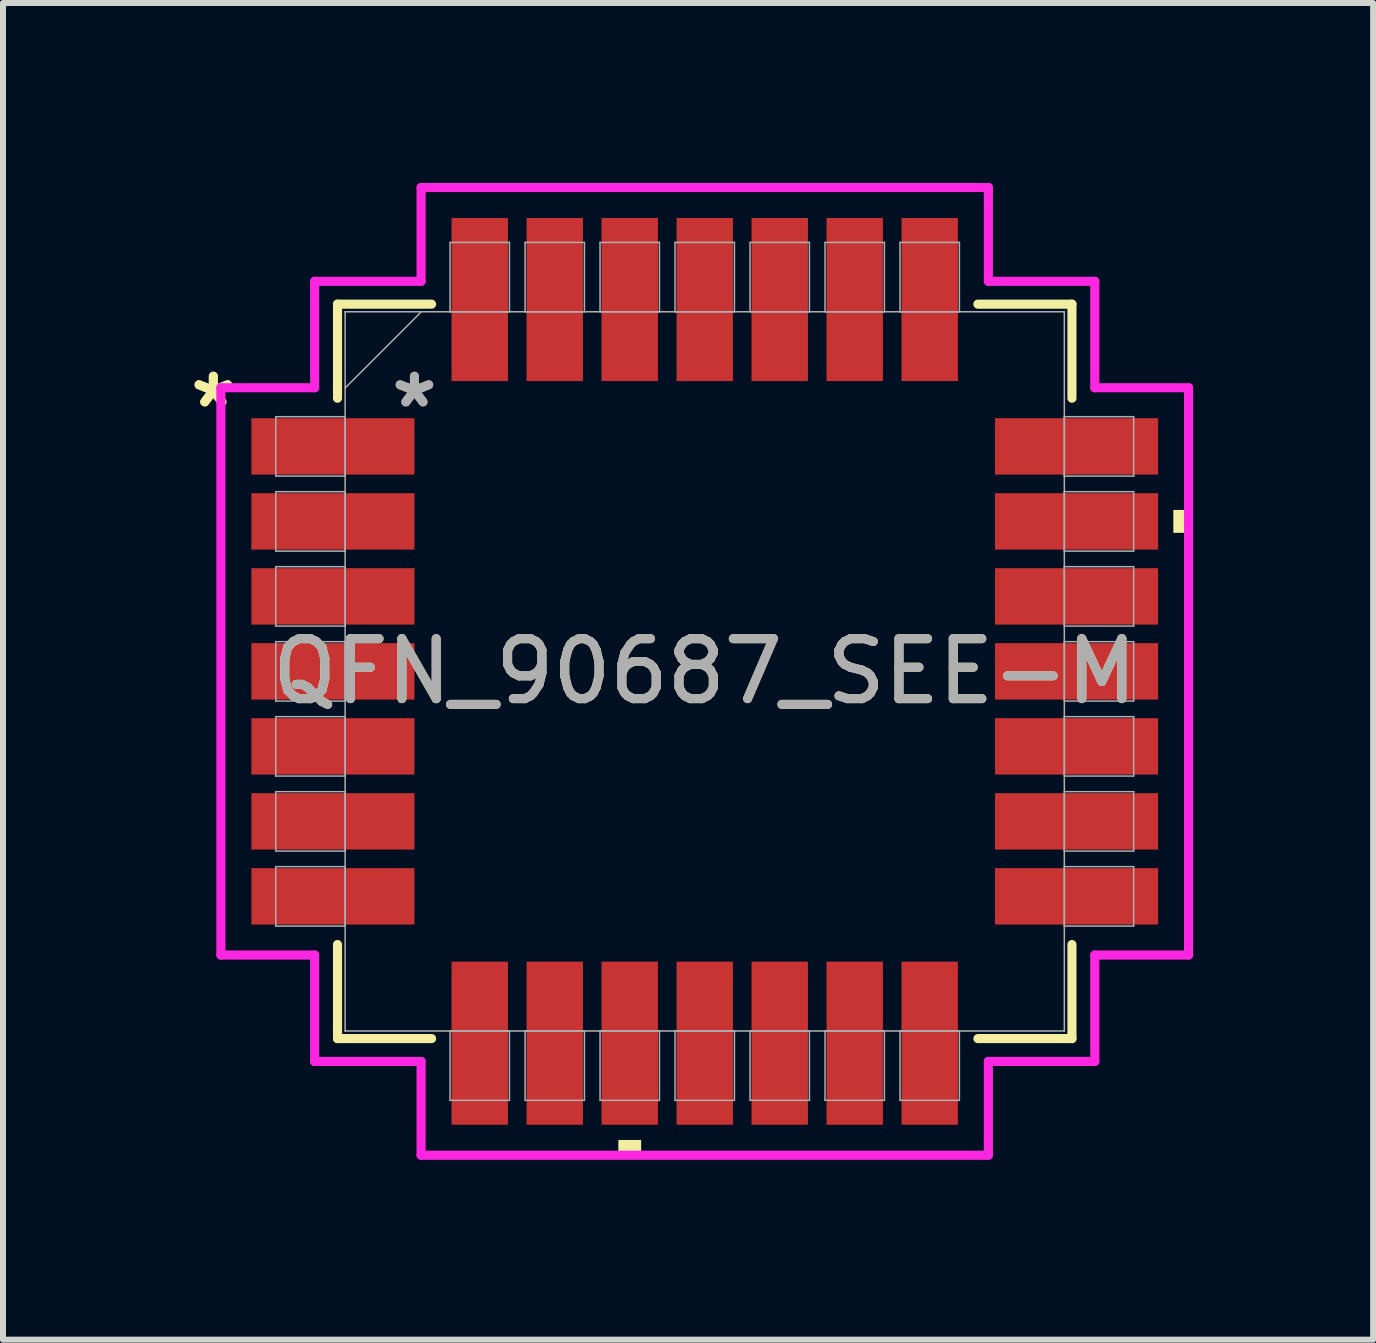
<source format=kicad_pcb>
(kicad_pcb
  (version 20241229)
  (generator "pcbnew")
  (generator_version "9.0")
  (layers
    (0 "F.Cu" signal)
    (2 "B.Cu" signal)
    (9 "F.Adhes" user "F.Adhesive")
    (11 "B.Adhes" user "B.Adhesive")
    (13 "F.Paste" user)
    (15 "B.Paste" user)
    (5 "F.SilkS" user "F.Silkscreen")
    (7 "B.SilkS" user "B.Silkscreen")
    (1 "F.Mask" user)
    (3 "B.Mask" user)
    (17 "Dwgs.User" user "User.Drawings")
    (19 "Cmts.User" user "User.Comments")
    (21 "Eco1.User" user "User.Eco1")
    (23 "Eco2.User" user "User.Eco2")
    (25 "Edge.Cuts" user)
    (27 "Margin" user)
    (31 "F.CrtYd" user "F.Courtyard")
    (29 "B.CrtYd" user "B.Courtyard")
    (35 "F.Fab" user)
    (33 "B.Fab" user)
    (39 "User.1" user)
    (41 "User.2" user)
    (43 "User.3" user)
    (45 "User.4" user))
  (footprint "QFN_90687_SEE-M"
    (layer "F.Cu")
    (at 8.697 8.141)
    (property "Reference" "QFN_90687_SEE-M" (at 0 0 0) (unlocked yes) (layer "F.SilkS") (effects (font (size 1 1) (thickness 0.15))))
    (attr smd)
    (fp_line (start -6.121 -6.121) (end -6.121 -4.553) (stroke (width 0.152) (type solid)) (layer "F.SilkS"))
    (fp_line (start -6.121 4.553) (end -6.121 6.121) (stroke (width 0.152) (type solid)) (layer "F.SilkS"))
    (fp_line (start -6.121 6.121) (end -4.553 6.121) (stroke (width 0.152) (type solid)) (layer "F.SilkS"))
    (fp_line (start -4.553 -6.121) (end -6.121 -6.121) (stroke (width 0.152) (type solid)) (layer "F.SilkS"))
    (fp_line (start 4.553 6.121) (end 6.121 6.121) (stroke (width 0.152) (type solid)) (layer "F.SilkS"))
    (fp_line (start 6.121 -6.121) (end 4.553 -6.121) (stroke (width 0.152) (type solid)) (layer "F.SilkS"))
    (fp_line (start 6.121 -4.553) (end 6.121 -6.121) (stroke (width 0.152) (type solid)) (layer "F.SilkS"))
    (fp_line (start 6.121 6.121) (end 6.121 4.553) (stroke (width 0.152) (type solid)) (layer "F.SilkS"))
    (fp_poly (pts (xy -1.44 7.811) (xy -1.44 8.065) (xy -1.06 8.065) (xy -1.06 7.811)) (stroke (width 0) (type solid)) (fill yes) (layer "F.SilkS"))
    (fp_poly (pts (xy 8.065 -2.691) (xy 8.065 -2.309) (xy 7.811 -2.309) (xy 7.811 -2.691)) (stroke (width 0) (type solid)) (fill yes) (layer "F.SilkS"))
    (fp_line (start -8.065 -4.728) (end -6.502 -4.728) (stroke (width 0.152) (type solid)) (layer "F.CrtYd"))
    (fp_line (start -8.065 4.728) (end -8.065 -4.728) (stroke (width 0.152) (type solid)) (layer "F.CrtYd"))
    (fp_line (start -6.502 -6.502) (end -4.728 -6.502) (stroke (width 0.152) (type solid)) (layer "F.CrtYd"))
    (fp_line (start -6.502 -4.728) (end -6.502 -6.502) (stroke (width 0.152) (type solid)) (layer "F.CrtYd"))
    (fp_line (start -6.502 4.728) (end -8.065 4.728) (stroke (width 0.152) (type solid)) (layer "F.CrtYd"))
    (fp_line (start -6.502 6.502) (end -6.502 4.728) (stroke (width 0.152) (type solid)) (layer "F.CrtYd"))
    (fp_line (start -4.728 -8.065) (end 4.728 -8.065) (stroke (width 0.152) (type solid)) (layer "F.CrtYd"))
    (fp_line (start -4.728 -6.502) (end -4.728 -8.065) (stroke (width 0.152) (type solid)) (layer "F.CrtYd"))
    (fp_line (start -4.728 6.502) (end -6.502 6.502) (stroke (width 0.152) (type solid)) (layer "F.CrtYd"))
    (fp_line (start -4.728 8.065) (end -4.728 6.502) (stroke (width 0.152) (type solid)) (layer "F.CrtYd"))
    (fp_line (start 4.728 -8.065) (end 4.728 -6.502) (stroke (width 0.152) (type solid)) (layer "F.CrtYd"))
    (fp_line (start 4.728 -6.502) (end 6.502 -6.502) (stroke (width 0.152) (type solid)) (layer "F.CrtYd"))
    (fp_line (start 4.728 6.502) (end 4.728 8.065) (stroke (width 0.152) (type solid)) (layer "F.CrtYd"))
    (fp_line (start 4.728 8.065) (end -4.728 8.065) (stroke (width 0.152) (type solid)) (layer "F.CrtYd"))
    (fp_line (start 6.502 -6.502) (end 6.502 -4.728) (stroke (width 0.152) (type solid)) (layer "F.CrtYd"))
    (fp_line (start 6.502 -4.728) (end 8.065 -4.728) (stroke (width 0.152) (type solid)) (layer "F.CrtYd"))
    (fp_line (start 6.502 4.728) (end 6.502 6.502) (stroke (width 0.152) (type solid)) (layer "F.CrtYd"))
    (fp_line (start 6.502 6.502) (end 4.728 6.502) (stroke (width 0.152) (type solid)) (layer "F.CrtYd"))
    (fp_line (start 8.065 -4.728) (end 8.065 4.728) (stroke (width 0.152) (type solid)) (layer "F.CrtYd"))
    (fp_line (start 8.065 4.728) (end 6.502 4.728) (stroke (width 0.152) (type solid)) (layer "F.CrtYd"))
    (fp_line (start -7.15 -4.245) (end -7.15 -3.255) (stroke (width 0.025) (type solid)) (layer "F.Fab"))
    (fp_line (start -7.15 -3.255) (end -5.994 -3.255) (stroke (width 0.025) (type solid)) (layer "F.Fab"))
    (fp_line (start -7.15 -2.995) (end -7.15 -2.005) (stroke (width 0.025) (type solid)) (layer "F.Fab"))
    (fp_line (start -7.15 -2.005) (end -5.994 -2.005) (stroke (width 0.025) (type solid)) (layer "F.Fab"))
    (fp_line (start -7.15 -1.745) (end -7.15 -0.755) (stroke (width 0.025) (type solid)) (layer "F.Fab"))
    (fp_line (start -7.15 -0.755) (end -5.994 -0.755) (stroke (width 0.025) (type solid)) (layer "F.Fab"))
    (fp_line (start -7.15 -0.495) (end -7.15 0.495) (stroke (width 0.025) (type solid)) (layer "F.Fab"))
    (fp_line (start -7.15 0.495) (end -5.994 0.495) (stroke (width 0.025) (type solid)) (layer "F.Fab"))
    (fp_line (start -7.15 0.755) (end -7.15 1.745) (stroke (width 0.025) (type solid)) (layer "F.Fab"))
    (fp_line (start -7.15 1.745) (end -5.994 1.745) (stroke (width 0.025) (type solid)) (layer "F.Fab"))
    (fp_line (start -7.15 2.005) (end -7.15 2.995) (stroke (width 0.025) (type solid)) (layer "F.Fab"))
    (fp_line (start -7.15 2.995) (end -5.994 2.995) (stroke (width 0.025) (type solid)) (layer "F.Fab"))
    (fp_line (start -7.15 3.255) (end -7.15 4.245) (stroke (width 0.025) (type solid)) (layer "F.Fab"))
    (fp_line (start -7.15 4.245) (end -5.994 4.245) (stroke (width 0.025) (type solid)) (layer "F.Fab"))
    (fp_line (start -5.994 -5.994) (end -5.994 -5.994) (stroke (width 0.025) (type solid)) (layer "F.Fab"))
    (fp_line (start -5.994 -5.994) (end -5.994 5.994) (stroke (width 0.025) (type solid)) (layer "F.Fab"))
    (fp_line (start -5.994 -4.724) (end -4.724 -5.994) (stroke (width 0.025) (type solid)) (layer "F.Fab"))
    (fp_line (start -5.994 -4.245) (end -7.15 -4.245) (stroke (width 0.025) (type solid)) (layer "F.Fab"))
    (fp_line (start -5.994 -3.255) (end -5.994 -4.245) (stroke (width 0.025) (type solid)) (layer "F.Fab"))
    (fp_line (start -5.994 -2.995) (end -7.15 -2.995) (stroke (width 0.025) (type solid)) (layer "F.Fab"))
    (fp_line (start -5.994 -2.005) (end -5.994 -2.995) (stroke (width 0.025) (type solid)) (layer "F.Fab"))
    (fp_line (start -5.994 -1.745) (end -7.15 -1.745) (stroke (width 0.025) (type solid)) (layer "F.Fab"))
    (fp_line (start -5.994 -0.755) (end -5.994 -1.745) (stroke (width 0.025) (type solid)) (layer "F.Fab"))
    (fp_line (start -5.994 -0.495) (end -7.15 -0.495) (stroke (width 0.025) (type solid)) (layer "F.Fab"))
    (fp_line (start -5.994 0.495) (end -5.994 -0.495) (stroke (width 0.025) (type solid)) (layer "F.Fab"))
    (fp_line (start -5.994 0.755) (end -7.15 0.755) (stroke (width 0.025) (type solid)) (layer "F.Fab"))
    (fp_line (start -5.994 1.745) (end -5.994 0.755) (stroke (width 0.025) (type solid)) (layer "F.Fab"))
    (fp_line (start -5.994 2.005) (end -7.15 2.005) (stroke (width 0.025) (type solid)) (layer "F.Fab"))
    (fp_line (start -5.994 2.995) (end -5.994 2.005) (stroke (width 0.025) (type solid)) (layer "F.Fab"))
    (fp_line (start -5.994 3.255) (end -7.15 3.255) (stroke (width 0.025) (type solid)) (layer "F.Fab"))
    (fp_line (start -5.994 4.245) (end -5.994 3.255) (stroke (width 0.025) (type solid)) (layer "F.Fab"))
    (fp_line (start -5.994 5.994) (end -5.994 5.994) (stroke (width 0.025) (type solid)) (layer "F.Fab"))
    (fp_line (start -5.994 5.994) (end 5.994 5.994) (stroke (width 0.025) (type solid)) (layer "F.Fab"))
    (fp_line (start -4.245 -7.15) (end -4.245 -5.994) (stroke (width 0.025) (type solid)) (layer "F.Fab"))
    (fp_line (start -4.245 -5.994) (end -3.255 -5.994) (stroke (width 0.025) (type solid)) (layer "F.Fab"))
    (fp_line (start -4.245 5.994) (end -4.245 7.15) (stroke (width 0.025) (type solid)) (layer "F.Fab"))
    (fp_line (start -4.245 7.15) (end -3.255 7.15) (stroke (width 0.025) (type solid)) (layer "F.Fab"))
    (fp_line (start -3.255 -7.15) (end -4.245 -7.15) (stroke (width 0.025) (type solid)) (layer "F.Fab"))
    (fp_line (start -3.255 -5.994) (end -3.255 -7.15) (stroke (width 0.025) (type solid)) (layer "F.Fab"))
    (fp_line (start -3.255 5.994) (end -4.245 5.994) (stroke (width 0.025) (type solid)) (layer "F.Fab"))
    (fp_line (start -3.255 7.15) (end -3.255 5.994) (stroke (width 0.025) (type solid)) (layer "F.Fab"))
    (fp_line (start -2.995 -7.15) (end -2.995 -5.994) (stroke (width 0.025) (type solid)) (layer "F.Fab"))
    (fp_line (start -2.995 -5.994) (end -2.005 -5.994) (stroke (width 0.025) (type solid)) (layer "F.Fab"))
    (fp_line (start -2.995 5.994) (end -2.995 7.15) (stroke (width 0.025) (type solid)) (layer "F.Fab"))
    (fp_line (start -2.995 7.15) (end -2.005 7.15) (stroke (width 0.025) (type solid)) (layer "F.Fab"))
    (fp_line (start -2.005 -7.15) (end -2.995 -7.15) (stroke (width 0.025) (type solid)) (layer "F.Fab"))
    (fp_line (start -2.005 -5.994) (end -2.005 -7.15) (stroke (width 0.025) (type solid)) (layer "F.Fab"))
    (fp_line (start -2.005 5.994) (end -2.995 5.994) (stroke (width 0.025) (type solid)) (layer "F.Fab"))
    (fp_line (start -2.005 7.15) (end -2.005 5.994) (stroke (width 0.025) (type solid)) (layer "F.Fab"))
    (fp_line (start -1.745 -7.15) (end -1.745 -5.994) (stroke (width 0.025) (type solid)) (layer "F.Fab"))
    (fp_line (start -1.745 -5.994) (end -0.755 -5.994) (stroke (width 0.025) (type solid)) (layer "F.Fab"))
    (fp_line (start -1.745 5.994) (end -1.745 7.15) (stroke (width 0.025) (type solid)) (layer "F.Fab"))
    (fp_line (start -1.745 7.15) (end -0.755 7.15) (stroke (width 0.025) (type solid)) (layer "F.Fab"))
    (fp_line (start -0.755 -7.15) (end -1.745 -7.15) (stroke (width 0.025) (type solid)) (layer "F.Fab"))
    (fp_line (start -0.755 -5.994) (end -0.755 -7.15) (stroke (width 0.025) (type solid)) (layer "F.Fab"))
    (fp_line (start -0.755 5.994) (end -1.745 5.994) (stroke (width 0.025) (type solid)) (layer "F.Fab"))
    (fp_line (start -0.755 7.15) (end -0.755 5.994) (stroke (width 0.025) (type solid)) (layer "F.Fab"))
    (fp_line (start -0.495 -7.15) (end -0.495 -5.994) (stroke (width 0.025) (type solid)) (layer "F.Fab"))
    (fp_line (start -0.495 -5.994) (end 0.495 -5.994) (stroke (width 0.025) (type solid)) (layer "F.Fab"))
    (fp_line (start -0.495 5.994) (end -0.495 7.15) (stroke (width 0.025) (type solid)) (layer "F.Fab"))
    (fp_line (start -0.495 7.15) (end 0.495 7.15) (stroke (width 0.025) (type solid)) (layer "F.Fab"))
    (fp_line (start 0.495 -7.15) (end -0.495 -7.15) (stroke (width 0.025) (type solid)) (layer "F.Fab"))
    (fp_line (start 0.495 -5.994) (end 0.495 -7.15) (stroke (width 0.025) (type solid)) (layer "F.Fab"))
    (fp_line (start 0.495 5.994) (end -0.495 5.994) (stroke (width 0.025) (type solid)) (layer "F.Fab"))
    (fp_line (start 0.495 7.15) (end 0.495 5.994) (stroke (width 0.025) (type solid)) (layer "F.Fab"))
    (fp_line (start 0.755 -7.15) (end 0.755 -5.994) (stroke (width 0.025) (type solid)) (layer "F.Fab"))
    (fp_line (start 0.755 -5.994) (end 1.745 -5.994) (stroke (width 0.025) (type solid)) (layer "F.Fab"))
    (fp_line (start 0.755 5.994) (end 0.755 7.15) (stroke (width 0.025) (type solid)) (layer "F.Fab"))
    (fp_line (start 0.755 7.15) (end 1.745 7.15) (stroke (width 0.025) (type solid)) (layer "F.Fab"))
    (fp_line (start 1.745 -7.15) (end 0.755 -7.15) (stroke (width 0.025) (type solid)) (layer "F.Fab"))
    (fp_line (start 1.745 -5.994) (end 1.745 -7.15) (stroke (width 0.025) (type solid)) (layer "F.Fab"))
    (fp_line (start 1.745 5.994) (end 0.755 5.994) (stroke (width 0.025) (type solid)) (layer "F.Fab"))
    (fp_line (start 1.745 7.15) (end 1.745 5.994) (stroke (width 0.025) (type solid)) (layer "F.Fab"))
    (fp_line (start 2.005 -7.15) (end 2.005 -5.994) (stroke (width 0.025) (type solid)) (layer "F.Fab"))
    (fp_line (start 2.005 -5.994) (end 2.995 -5.994) (stroke (width 0.025) (type solid)) (layer "F.Fab"))
    (fp_line (start 2.005 5.994) (end 2.005 7.15) (stroke (width 0.025) (type solid)) (layer "F.Fab"))
    (fp_line (start 2.005 7.15) (end 2.995 7.15) (stroke (width 0.025) (type solid)) (layer "F.Fab"))
    (fp_line (start 2.995 -7.15) (end 2.005 -7.15) (stroke (width 0.025) (type solid)) (layer "F.Fab"))
    (fp_line (start 2.995 -5.994) (end 2.995 -7.15) (stroke (width 0.025) (type solid)) (layer "F.Fab"))
    (fp_line (start 2.995 5.994) (end 2.005 5.994) (stroke (width 0.025) (type solid)) (layer "F.Fab"))
    (fp_line (start 2.995 7.15) (end 2.995 5.994) (stroke (width 0.025) (type solid)) (layer "F.Fab"))
    (fp_line (start 3.255 -7.15) (end 3.255 -5.994) (stroke (width 0.025) (type solid)) (layer "F.Fab"))
    (fp_line (start 3.255 -5.994) (end 4.245 -5.994) (stroke (width 0.025) (type solid)) (layer "F.Fab"))
    (fp_line (start 3.255 5.994) (end 3.255 7.15) (stroke (width 0.025) (type solid)) (layer "F.Fab"))
    (fp_line (start 3.255 7.15) (end 4.245 7.15) (stroke (width 0.025) (type solid)) (layer "F.Fab"))
    (fp_line (start 4.245 -7.15) (end 3.255 -7.15) (stroke (width 0.025) (type solid)) (layer "F.Fab"))
    (fp_line (start 4.245 -5.994) (end 4.245 -7.15) (stroke (width 0.025) (type solid)) (layer "F.Fab"))
    (fp_line (start 4.245 5.994) (end 3.255 5.994) (stroke (width 0.025) (type solid)) (layer "F.Fab"))
    (fp_line (start 4.245 7.15) (end 4.245 5.994) (stroke (width 0.025) (type solid)) (layer "F.Fab"))
    (fp_line (start 5.994 -5.994) (end -5.994 -5.994) (stroke (width 0.025) (type solid)) (layer "F.Fab"))
    (fp_line (start 5.994 -5.994) (end 5.994 -5.994) (stroke (width 0.025) (type solid)) (layer "F.Fab"))
    (fp_line (start 5.994 -4.245) (end 5.994 -3.255) (stroke (width 0.025) (type solid)) (layer "F.Fab"))
    (fp_line (start 5.994 -3.255) (end 7.15 -3.255) (stroke (width 0.025) (type solid)) (layer "F.Fab"))
    (fp_line (start 5.994 -2.995) (end 5.994 -2.005) (stroke (width 0.025) (type solid)) (layer "F.Fab"))
    (fp_line (start 5.994 -2.005) (end 7.15 -2.005) (stroke (width 0.025) (type solid)) (layer "F.Fab"))
    (fp_line (start 5.994 -1.745) (end 5.994 -0.755) (stroke (width 0.025) (type solid)) (layer "F.Fab"))
    (fp_line (start 5.994 -0.755) (end 7.15 -0.755) (stroke (width 0.025) (type solid)) (layer "F.Fab"))
    (fp_line (start 5.994 -0.495) (end 5.994 0.495) (stroke (width 0.025) (type solid)) (layer "F.Fab"))
    (fp_line (start 5.994 0.495) (end 7.15 0.495) (stroke (width 0.025) (type solid)) (layer "F.Fab"))
    (fp_line (start 5.994 0.755) (end 5.994 1.745) (stroke (width 0.025) (type solid)) (layer "F.Fab"))
    (fp_line (start 5.994 1.745) (end 7.15 1.745) (stroke (width 0.025) (type solid)) (layer "F.Fab"))
    (fp_line (start 5.994 2.005) (end 5.994 2.995) (stroke (width 0.025) (type solid)) (layer "F.Fab"))
    (fp_line (start 5.994 2.995) (end 7.15 2.995) (stroke (width 0.025) (type solid)) (layer "F.Fab"))
    (fp_line (start 5.994 3.255) (end 5.994 4.245) (stroke (width 0.025) (type solid)) (layer "F.Fab"))
    (fp_line (start 5.994 4.245) (end 7.15 4.245) (stroke (width 0.025) (type solid)) (layer "F.Fab"))
    (fp_line (start 5.994 5.994) (end 5.994 -5.994) (stroke (width 0.025) (type solid)) (layer "F.Fab"))
    (fp_line (start 5.994 5.994) (end 5.994 5.994) (stroke (width 0.025) (type solid)) (layer "F.Fab"))
    (fp_line (start 7.15 -4.245) (end 5.994 -4.245) (stroke (width 0.025) (type solid)) (layer "F.Fab"))
    (fp_line (start 7.15 -3.255) (end 7.15 -4.245) (stroke (width 0.025) (type solid)) (layer "F.Fab"))
    (fp_line (start 7.15 -2.995) (end 5.994 -2.995) (stroke (width 0.025) (type solid)) (layer "F.Fab"))
    (fp_line (start 7.15 -2.005) (end 7.15 -2.995) (stroke (width 0.025) (type solid)) (layer "F.Fab"))
    (fp_line (start 7.15 -1.745) (end 5.994 -1.745) (stroke (width 0.025) (type solid)) (layer "F.Fab"))
    (fp_line (start 7.15 -0.755) (end 7.15 -1.745) (stroke (width 0.025) (type solid)) (layer "F.Fab"))
    (fp_line (start 7.15 -0.495) (end 5.994 -0.495) (stroke (width 0.025) (type solid)) (layer "F.Fab"))
    (fp_line (start 7.15 0.495) (end 7.15 -0.495) (stroke (width 0.025) (type solid)) (layer "F.Fab"))
    (fp_line (start 7.15 0.755) (end 5.994 0.755) (stroke (width 0.025) (type solid)) (layer "F.Fab"))
    (fp_line (start 7.15 1.745) (end 7.15 0.755) (stroke (width 0.025) (type solid)) (layer "F.Fab"))
    (fp_line (start 7.15 2.005) (end 5.994 2.005) (stroke (width 0.025) (type solid)) (layer "F.Fab"))
    (fp_line (start 7.15 2.995) (end 7.15 2.005) (stroke (width 0.025) (type solid)) (layer "F.Fab"))
    (fp_line (start 7.15 3.255) (end 5.994 3.255) (stroke (width 0.025) (type solid)) (layer "F.Fab"))
    (fp_line (start 7.15 4.245) (end 7.15 3.255) (stroke (width 0.025) (type solid)) (layer "F.Fab"))
    (fp_text user "*" (at -8.191 -4.375 0) (unlocked yes) (layer "F.SilkS") (effects (font (size 1 1) (thickness 0.15))))
    (fp_text user "*" (at -8.191 -4.375 0) (layer "F.SilkS") (effects (font (size 1 1) (thickness 0.15))))
    (fp_text user "*" (at -4.839 -4.375 0) (layer "F.Fab") (effects (font (size 1 1) (thickness 0.15))))
    (fp_text user "${REFERENCE}" (at 0 0 0) (unlocked yes) (layer "F.Fab") (effects (font (size 1 1) (thickness 0.15))))
    (fp_text user "*" (at -4.839 -4.375 0) (unlocked yes) (layer "F.Fab") (effects (font (size 1 1) (thickness 0.15))))
    (pad "1" smd rect (at -6.198 -3.75 90) (size 0.94 2.718) (layers "F.Cu" "F.Mask" "F.Paste"))
    (pad "2" smd rect (at -6.198 -2.5 90) (size 0.94 2.718) (layers "F.Cu" "F.Mask" "F.Paste"))
    (pad "3" smd rect (at -6.198 -1.25 90) (size 0.94 2.718) (layers "F.Cu" "F.Mask" "F.Paste"))
    (pad "4" smd rect (at -6.198 0 90) (size 0.94 2.718) (layers "F.Cu" "F.Mask" "F.Paste"))
    (pad "5" smd rect (at -6.198 1.25 90) (size 0.94 2.718) (layers "F.Cu" "F.Mask" "F.Paste"))
    (pad "6" smd rect (at -6.198 2.5 90) (size 0.94 2.718) (layers "F.Cu" "F.Mask" "F.Paste"))
    (pad "7" smd rect (at -6.198 3.75 90) (size 0.94 2.718) (layers "F.Cu" "F.Mask" "F.Paste"))
    (pad "8" smd rect (at -3.75 6.198) (size 0.94 2.718) (layers "F.Cu" "F.Mask" "F.Paste"))
    (pad "9" smd rect (at -2.5 6.198) (size 0.94 2.718) (layers "F.Cu" "F.Mask" "F.Paste"))
    (pad "10" smd rect (at -1.25 6.198) (size 0.94 2.718) (layers "F.Cu" "F.Mask" "F.Paste"))
    (pad "11" smd rect (at 0 6.198) (size 0.94 2.718) (layers "F.Cu" "F.Mask" "F.Paste"))
    (pad "12" smd rect (at 1.25 6.198) (size 0.94 2.718) (layers "F.Cu" "F.Mask" "F.Paste"))
    (pad "13" smd rect (at 2.5 6.198) (size 0.94 2.718) (layers "F.Cu" "F.Mask" "F.Paste"))
    (pad "14" smd rect (at 3.75 6.198) (size 0.94 2.718) (layers "F.Cu" "F.Mask" "F.Paste"))
    (pad "15" smd rect (at 6.198 3.75 90) (size 0.94 2.718) (layers "F.Cu" "F.Mask" "F.Paste"))
    (pad "16" smd rect (at 6.198 2.5 90) (size 0.94 2.718) (layers "F.Cu" "F.Mask" "F.Paste"))
    (pad "17" smd rect (at 6.198 1.25 90) (size 0.94 2.718) (layers "F.Cu" "F.Mask" "F.Paste"))
    (pad "18" smd rect (at 6.198 0 90) (size 0.94 2.718) (layers "F.Cu" "F.Mask" "F.Paste"))
    (pad "19" smd rect (at 6.198 -1.25 90) (size 0.94 2.718) (layers "F.Cu" "F.Mask" "F.Paste"))
    (pad "20" smd rect (at 6.198 -2.5 90) (size 0.94 2.718) (layers "F.Cu" "F.Mask" "F.Paste"))
    (pad "21" smd rect (at 6.198 -3.75 90) (size 0.94 2.718) (layers "F.Cu" "F.Mask" "F.Paste"))
    (pad "22" smd rect (at 3.75 -6.198) (size 0.94 2.718) (layers "F.Cu" "F.Mask" "F.Paste"))
    (pad "23" smd rect (at 2.5 -6.198) (size 0.94 2.718) (layers "F.Cu" "F.Mask" "F.Paste"))
    (pad "24" smd rect (at 1.25 -6.198) (size 0.94 2.718) (layers "F.Cu" "F.Mask" "F.Paste"))
    (pad "25" smd rect (at 0 -6.198) (size 0.94 2.718) (layers "F.Cu" "F.Mask" "F.Paste"))
    (pad "26" smd rect (at -1.25 -6.198) (size 0.94 2.718) (layers "F.Cu" "F.Mask" "F.Paste"))
    (pad "27" smd rect (at -2.5 -6.198) (size 0.94 2.718) (layers "F.Cu" "F.Mask" "F.Paste"))
    (pad "28" smd rect (at -3.75 -6.198) (size 0.94 2.718) (layers "F.Cu" "F.Mask" "F.Paste")))
  (gr_rect
    (start -3 -3)
    (end 19.838 19.281)
    (stroke (width 0.1) (type default))
    (fill no)
    (layer "Edge.Cuts")))
</source>
